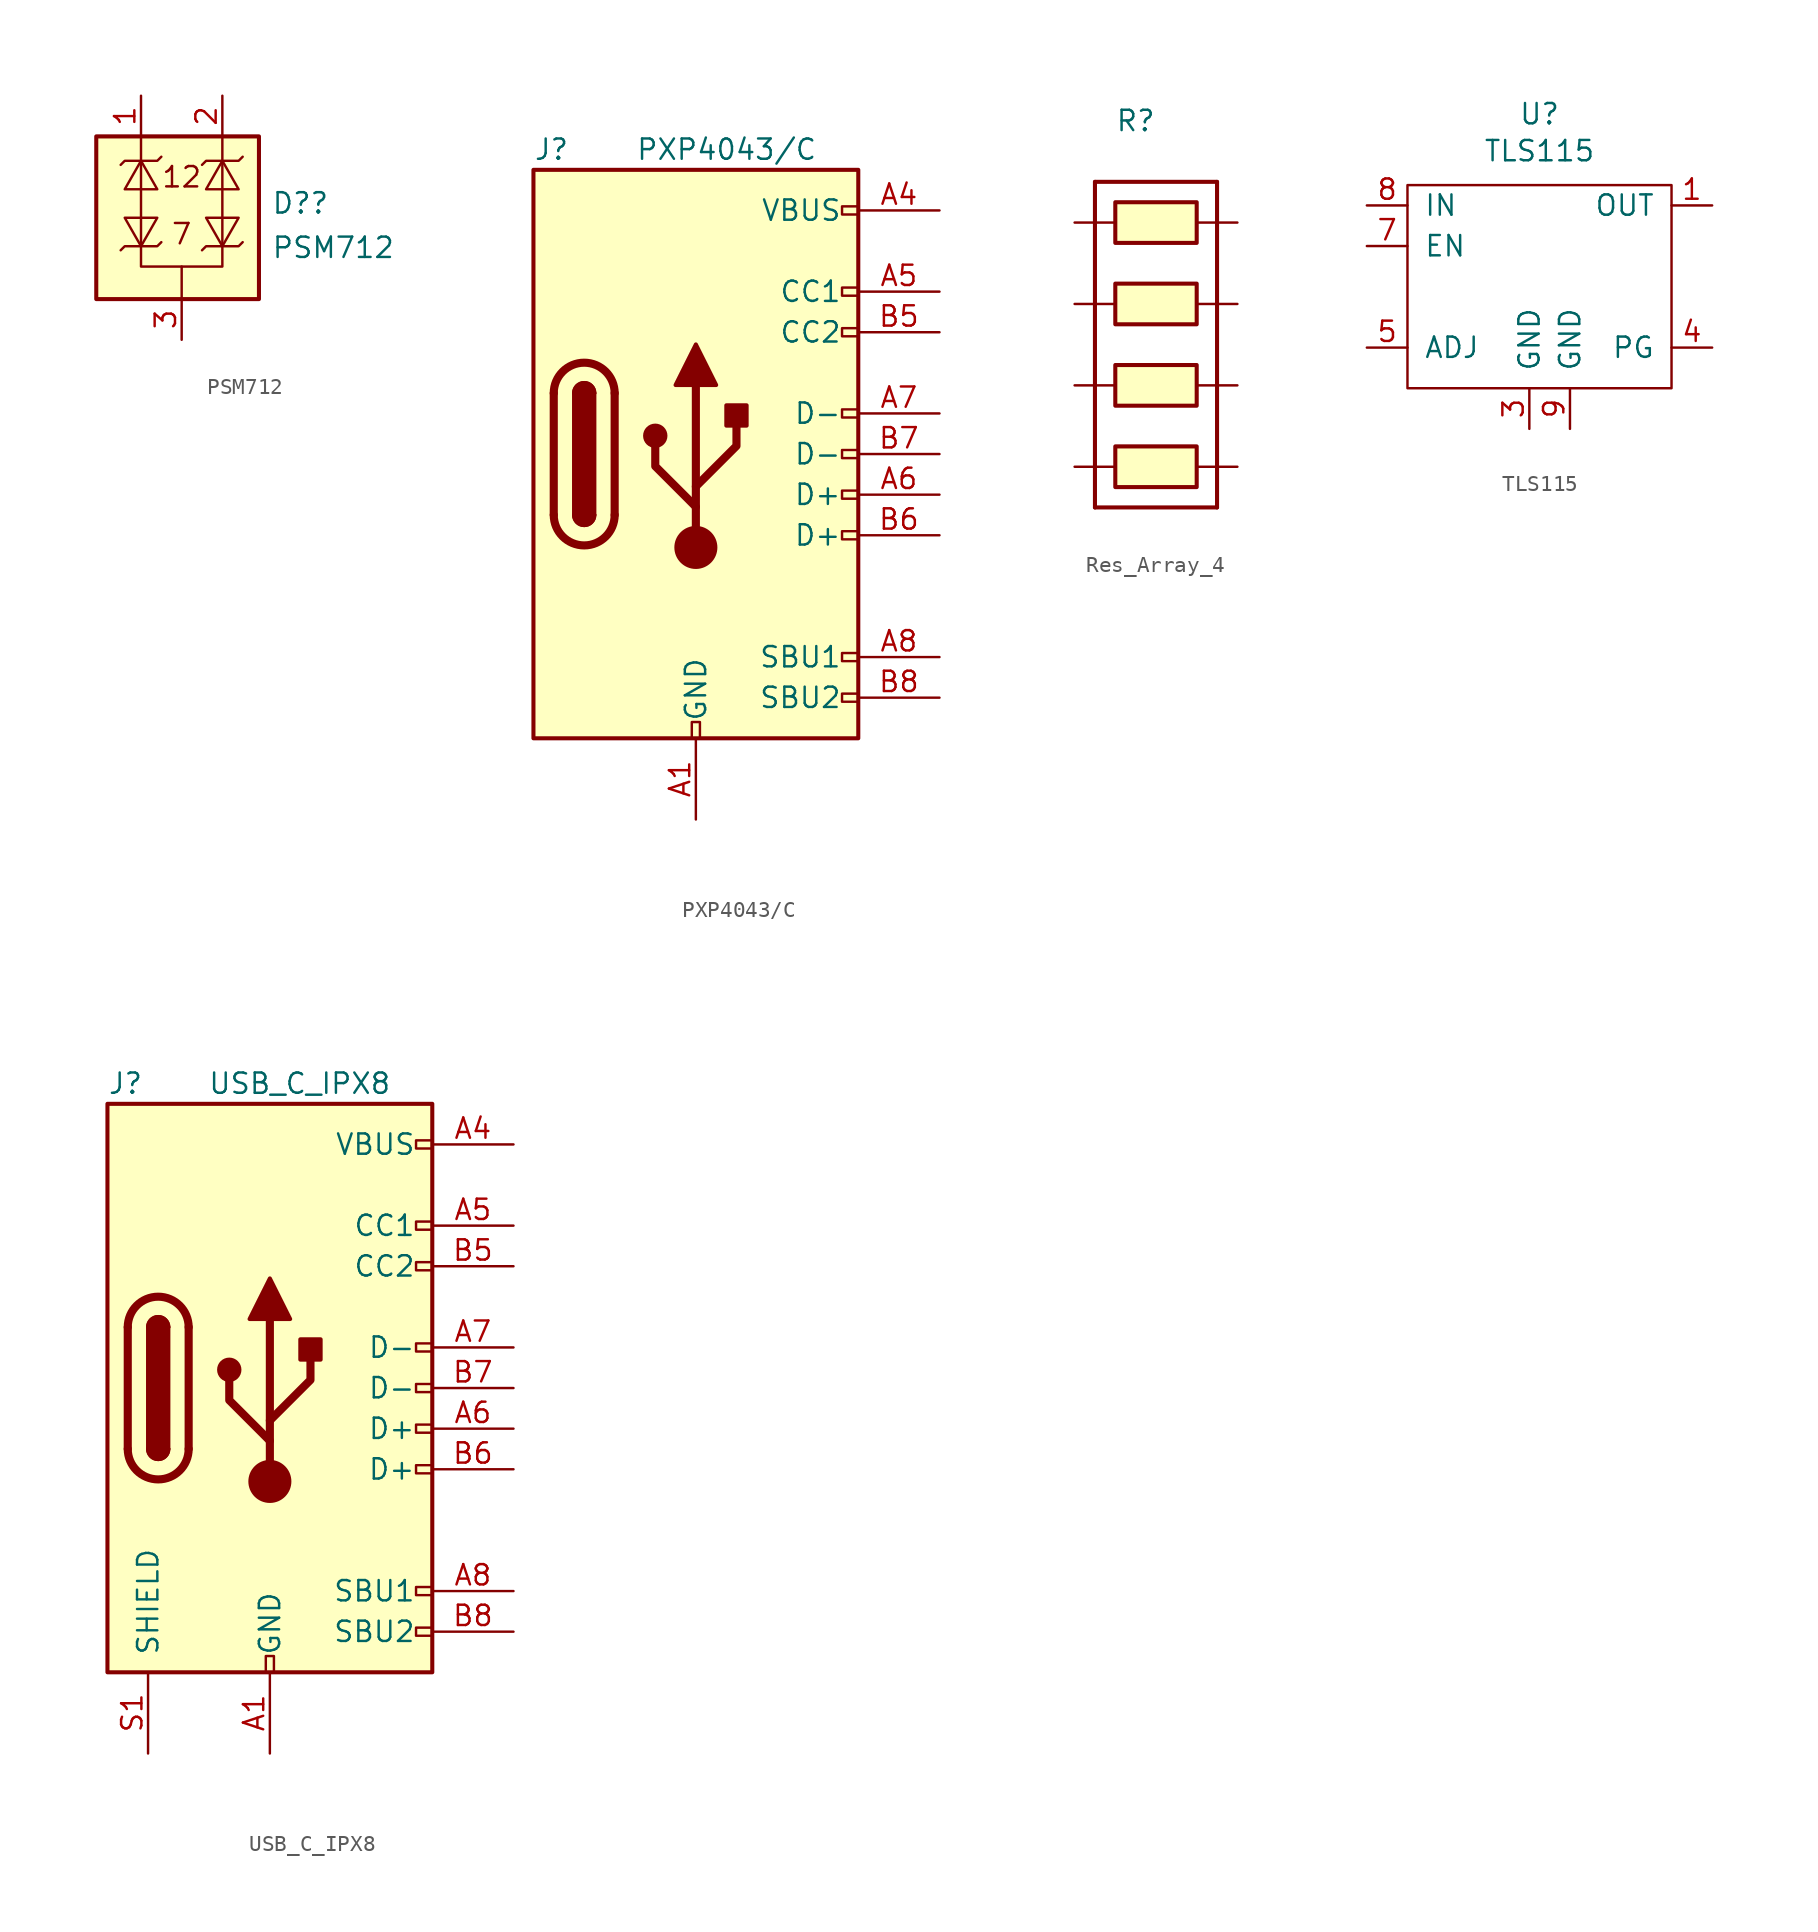
<source format=kicad_sym>
(kicad_symbol_lib
  (version 20231120)
  (generator "kicad_symbol_editor")
  (generator_version "8.0")
  (symbol "PSM712"
    (property "Reference" "D?"
      (at 3.302 0.908 0)
      (effects (font (size 1.27 1.27)) (justify left)))
    (property "Value" "PSM712"
      (at 3.302 -1.867 0)
      (effects (font (size 1.27 1.27)) (justify left)))
    (symbol "PSM712_0_0"
      (text "12" (at -2.286 2.54 0) (effects (font (size 1.27 1.27))))
      (text "7" (at -2.286 -1.016 0) (effects (font (size 1.27 1.27)))))
    (symbol "PSM712_0_1"
      (rectangle (start -7.62 5.08) (end 2.54 -5.08) (stroke (width 0.254) (type default)) (fill (type background)))
      (polyline (pts (xy -4.826 5.08) (xy -4.826 -3.048) (xy -2.286 -3.048)) (stroke (width 0.152) (type default)) (fill (type none)))
      (polyline (pts (xy -6.096 3.302) (xy -5.842 3.556) (xy -3.81 3.556) (xy -3.556 3.81)) (stroke (width 0.152) (type default)) (fill (type none)))
      (polyline (pts (xy -4.826 -1.778) (xy -3.81 0) (xy -5.842 0) (xy -4.826 -1.778)) (stroke (width 0.152) (type default)) (fill (type none)))
      (polyline (pts (xy -4.826 3.556) (xy -5.842 1.778) (xy -3.81 1.778) (xy -4.826 3.556)) (stroke (width 0.152) (type default)) (fill (type none)))
      (polyline (pts (xy -3.556 -1.524) (xy -3.81 -1.778) (xy -5.842 -1.778) (xy -6.096 -2.032)) (stroke (width 0.152) (type default)) (fill (type none)))
      (polyline (pts (xy -1.016 3.302) (xy -0.762 3.556) (xy 1.27 3.556) (xy 1.524 3.81)) (stroke (width 0.152) (type default)) (fill (type none)))
      (polyline (pts (xy 0.254 -1.778) (xy 1.27 0) (xy -0.762 0) (xy 0.254 -1.778)) (stroke (width 0.152) (type default)) (fill (type none)))
      (polyline (pts (xy 0.254 3.556) (xy -0.762 1.778) (xy 1.27 1.778) (xy 0.254 3.556)) (stroke (width 0.152) (type default)) (fill (type none)))
      (polyline (pts (xy 0.254 5.08) (xy 0.254 -3.048) (xy -2.286 -3.048) (xy -2.286 -5.08)) (stroke (width 0.152) (type default)) (fill (type none)))
      (polyline (pts (xy 1.524 -1.524) (xy 1.27 -1.778) (xy -0.762 -1.778) (xy -1.016 -2.032)) (stroke (width 0.152) (type default)) (fill (type none))))
    (symbol "PSM712_1_1"
      (pin passive line (at -4.826 7.62 270) (length 2.54) (name "" (effects (font (size 1.27 1.27)))) (number "1" (effects (font (size 1.27 1.27)))))
      (pin passive line (at 0.254 7.62 270) (length 2.54) (name "" (effects (font (size 1.27 1.27)))) (number "2" (effects (font (size 1.27 1.27)))))
      (pin passive line (at -2.286 -7.62 90) (length 2.54) (name "" (effects (font (size 1.27 1.27)))) (number "3" (effects (font (size 1.27 1.27)))))))
  (symbol "PXP4043/C"
    (pin_names
      (offset 1.016))
    (property "Reference" "J"
      (at -10.16 19.05 0)
      (effects (font (size 1.27 1.27)) (justify left)))
    (property "Value" "PXP4043/C"
      (at 7.62 19.05 0)
      (effects (font (size 1.27 1.27)) (justify right)))
    (symbol "PXP4043/C_0_0"
      (rectangle (start -0.254 -17.78) (end 0.254 -16.764) (stroke (width 0) (type default)) (fill (type none)))
      (rectangle (start 10.16 -14.986) (end 9.144 -15.494) (stroke (width 0) (type default)) (fill (type none)))
      (rectangle (start 10.16 -12.446) (end 9.144 -12.954) (stroke (width 0) (type default)) (fill (type none)))
      (rectangle (start 10.16 -4.826) (end 9.144 -5.334) (stroke (width 0) (type default)) (fill (type none)))
      (rectangle (start 10.16 -2.286) (end 9.144 -2.794) (stroke (width 0) (type default)) (fill (type none)))
      (rectangle (start 10.16 0.254) (end 9.144 -0.254) (stroke (width 0) (type default)) (fill (type none)))
      (rectangle (start 10.16 2.794) (end 9.144 2.286) (stroke (width 0) (type default)) (fill (type none)))
      (rectangle (start 10.16 7.874) (end 9.144 7.366) (stroke (width 0) (type default)) (fill (type none)))
      (rectangle (start 10.16 10.414) (end 9.144 9.906) (stroke (width 0) (type default)) (fill (type none)))
      (rectangle (start 10.16 15.494) (end 9.144 14.986) (stroke (width 0) (type default)) (fill (type none))))
    (symbol "PXP4043/C_0_1"
      (rectangle (start -10.16 17.78) (end 10.16 -17.78) (stroke (width 0.254) (type default)) (fill (type background)))
      (arc (start -8.89 -3.81) (mid -6.985 -5.7067) (end -5.08 -3.81) (stroke (width 0.508) (type default)) (fill (type none)))
      (arc (start -7.62 -3.81) (mid -6.985 -4.4423) (end -6.35 -3.81) (stroke (width 0.254) (type default)) (fill (type none)))
      (arc (start -7.62 -3.81) (mid -6.985 -4.4423) (end -6.35 -3.81) (stroke (width 0.254) (type default)) (fill (type outline)))
      (rectangle (start -7.62 -3.81) (end -6.35 3.81) (stroke (width 0.254) (type default)) (fill (type outline)))
      (arc (start -6.35 3.81) (mid -6.985 4.4423) (end -7.62 3.81) (stroke (width 0.254) (type default)) (fill (type none)))
      (arc (start -6.35 3.81) (mid -6.985 4.4423) (end -7.62 3.81) (stroke (width 0.254) (type default)) (fill (type outline)))
      (arc (start -5.08 3.81) (mid -6.985 5.7067) (end -8.89 3.81) (stroke (width 0.508) (type default)) (fill (type none)))
      (circle (center -2.54 1.143) (radius 0.635) (stroke (width 0.254) (type default)) (fill (type outline)))
      (circle (center 0 -5.842) (radius 1.27) (stroke (width 0) (type default)) (fill (type outline)))
      (polyline (pts (xy -8.89 -3.81) (xy -8.89 3.81)) (stroke (width 0.508) (type default)) (fill (type none)))
      (polyline (pts (xy -5.08 3.81) (xy -5.08 -3.81)) (stroke (width 0.508) (type default)) (fill (type none)))
      (polyline (pts (xy 0 -5.842) (xy 0 4.318)) (stroke (width 0.508) (type default)) (fill (type none)))
      (polyline (pts (xy 0 -3.302) (xy -2.54 -0.762) (xy -2.54 0.508)) (stroke (width 0.508) (type default)) (fill (type none)))
      (polyline (pts (xy 0 -2.032) (xy 2.54 0.508) (xy 2.54 1.778)) (stroke (width 0.508) (type default)) (fill (type none)))
      (polyline (pts (xy -1.27 4.318) (xy 0 6.858) (xy 1.27 4.318) (xy -1.27 4.318)) (stroke (width 0.254) (type default)) (fill (type outline)))
      (rectangle (start 1.905 1.778) (end 3.175 3.048) (stroke (width 0.254) (type default)) (fill (type outline))))
    (symbol "PXP4043/C_1_1"
      (pin passive line (at 0 -22.86 90) (length 5.08) (name "GND" (effects (font (size 1.27 1.27)))) (number "A1" (effects (font (size 1.27 1.27)))))
      (pin passive line (at 0 -22.86 90) (length 5.08) hide (name "GND" (effects (font (size 1.27 1.27)))) (number "A12" (effects (font (size 1.27 1.27)))))
      (pin passive line (at 15.24 15.24 180) (length 5.08) (name "VBUS" (effects (font (size 1.27 1.27)))) (number "A4" (effects (font (size 1.27 1.27)))))
      (pin bidirectional line (at 15.24 10.16 180) (length 5.08) (name "CC1" (effects (font (size 1.27 1.27)))) (number "A5" (effects (font (size 1.27 1.27)))))
      (pin bidirectional line (at 15.24 -2.54 180) (length 5.08) (name "D+" (effects (font (size 1.27 1.27)))) (number "A6" (effects (font (size 1.27 1.27)))))
      (pin bidirectional line (at 15.24 2.54 180) (length 5.08) (name "D-" (effects (font (size 1.27 1.27)))) (number "A7" (effects (font (size 1.27 1.27)))))
      (pin bidirectional line (at 15.24 -12.7 180) (length 5.08) (name "SBU1" (effects (font (size 1.27 1.27)))) (number "A8" (effects (font (size 1.27 1.27)))))
      (pin passive line (at 15.24 15.24 180) (length 5.08) hide (name "VBUS" (effects (font (size 1.27 1.27)))) (number "A9" (effects (font (size 1.27 1.27)))))
      (pin passive line (at 0 -22.86 90) (length 5.08) hide (name "GND" (effects (font (size 1.27 1.27)))) (number "B1" (effects (font (size 1.27 1.27)))))
      (pin passive line (at 0 -22.86 90) (length 5.08) hide (name "GND" (effects (font (size 1.27 1.27)))) (number "B12" (effects (font (size 1.27 1.27)))))
      (pin passive line (at 15.24 15.24 180) (length 5.08) hide (name "VBUS" (effects (font (size 1.27 1.27)))) (number "B4" (effects (font (size 1.27 1.27)))))
      (pin bidirectional line (at 15.24 7.62 180) (length 5.08) (name "CC2" (effects (font (size 1.27 1.27)))) (number "B5" (effects (font (size 1.27 1.27)))))
      (pin bidirectional line (at 15.24 -5.08 180) (length 5.08) (name "D+" (effects (font (size 1.27 1.27)))) (number "B6" (effects (font (size 1.27 1.27)))))
      (pin bidirectional line (at 15.24 0 180) (length 5.08) (name "D-" (effects (font (size 1.27 1.27)))) (number "B7" (effects (font (size 1.27 1.27)))))
      (pin bidirectional line (at 15.24 -15.24 180) (length 5.08) (name "SBU2" (effects (font (size 1.27 1.27)))) (number "B8" (effects (font (size 1.27 1.27)))))
      (pin passive line (at 15.24 15.24 180) (length 5.08) hide (name "VBUS" (effects (font (size 1.27 1.27)))) (number "B9" (effects (font (size 1.27 1.27)))))))
  (symbol "Res_Array_4"
    (pin_numbers hide)
    (property "Reference" "R"
      (at -6.35 6.35 0)
      (effects (font (size 1.27 1.27))))
    (symbol "Res_Array_4_1_0"
      (rectangle (start -2.54 -13.97) (end -7.62 -16.51) (stroke (width 0.254) (type default)) (fill (type background)))
      (rectangle (start -2.54 -8.89) (end -7.62 -11.43) (stroke (width 0.254) (type default)) (fill (type background)))
      (rectangle (start -2.54 -3.81) (end -7.62 -6.35) (stroke (width 0.254) (type default)) (fill (type background)))
      (rectangle (start -2.54 1.27) (end -7.62 -1.27) (stroke (width 0.254) (type default)) (fill (type background)))
      (polyline (pts (xy -8.89 -17.78) (xy -1.27 -17.78)) (stroke (width 0.254) (type default)) (fill (type none)))
      (polyline (pts (xy -8.89 2.54) (xy -8.89 -17.78)) (stroke (width 0.254) (type default)) (fill (type none)))
      (polyline (pts (xy -8.89 2.54) (xy -1.27 2.54)) (stroke (width 0.254) (type default)) (fill (type none)))
      (polyline (pts (xy -1.27 2.54) (xy -1.27 -17.78)) (stroke (width 0.254) (type default)) (fill (type none)))
      (pin passive line (at -10.16 0 0) (length 2.54) (name "" (effects (font (size 1.27 1.27)))) (number "1" (effects (font (size 1.27 1.27)))))
      (pin passive line (at -10.16 -5.08 0) (length 2.54) (name "" (effects (font (size 1.27 1.27)))) (number "2" (effects (font (size 1.27 1.27)))))
      (pin passive line (at -10.16 -10.16 0) (length 2.54) (name "" (effects (font (size 1.27 1.27)))) (number "3" (effects (font (size 1.27 1.27)))))
      (pin passive line (at -10.16 -15.24 0) (length 2.54) (name "" (effects (font (size 1.27 1.27)))) (number "4" (effects (font (size 1.27 1.27)))))
      (pin passive line (at 0 -15.24 180) (length 2.54) (name "" (effects (font (size 1.27 1.27)))) (number "5" (effects (font (size 1.27 1.27)))))
      (pin passive line (at 0 -10.16 180) (length 2.54) (name "" (effects (font (size 1.27 1.27)))) (number "6" (effects (font (size 1.27 1.27)))))
      (pin passive line (at 0 -5.08 180) (length 2.54) (name "" (effects (font (size 1.27 1.27)))) (number "7" (effects (font (size 1.27 1.27)))))
      (pin passive line (at 0 0 180) (length 2.54) (name "" (effects (font (size 1.27 1.27)))) (number "8" (effects (font (size 1.27 1.27)))))))
  (symbol "TLS115"
    (pin_names
      (offset 1.016))
    (property "Reference" "U"
      (at 0.635 8.255 0)
      (effects (font (size 1.27 1.27))))
    (property "Value" "TLS115"
      (at 0.635 5.944 0)
      (effects (font (size 1.27 1.27))))
    (symbol "TLS115_0_1"
      (rectangle (start -7.62 3.81) (end 8.89 -8.89) (stroke (width 0) (type default)) (fill (type none))))
    (symbol "TLS115_1_1"
      (pin output line (at 11.43 2.54 180) (length 2.54) (name "OUT" (effects (font (size 1.27 1.27)))) (number "1" (effects (font (size 1.27 1.27)))))
      (pin no_connect line (at 0 0 0) (length 2.54) hide (name "~" (effects (font (size 1.27 1.27)))) (number "2" (effects (font (size 1.27 1.27)))))
      (pin power_in line (at 0 -11.43 90) (length 2.54) (name "GND" (effects (font (size 1.27 1.27)))) (number "3" (effects (font (size 1.27 1.27)))))
      (pin open_collector line (at 11.43 -6.35 180) (length 2.54) (name "PG" (effects (font (size 1.27 1.27)))) (number "4" (effects (font (size 1.27 1.27)))))
      (pin input line (at -10.16 -6.35 0) (length 2.54) (name "ADJ" (effects (font (size 1.27 1.27)))) (number "5" (effects (font (size 1.27 1.27)))))
      (pin no_connect line (at 0 -2.54 0) (length 2.54) hide (name "~" (effects (font (size 1.27 1.27)))) (number "6" (effects (font (size 1.27 1.27)))))
      (pin input line (at -10.16 0 0) (length 2.54) (name "EN" (effects (font (size 1.27 1.27)))) (number "7" (effects (font (size 1.27 1.27)))))
      (pin power_in line (at -10.16 2.54 0) (length 2.54) (name "IN" (effects (font (size 1.27 1.27)))) (number "8" (effects (font (size 1.27 1.27)))))
      (pin power_in line (at 2.54 -11.43 90) (length 2.54) (name "GND" (effects (font (size 1.27 1.27)))) (number "9" (effects (font (size 1.27 1.27)))))))
  (symbol "USB_C_IPX8"
    (pin_names
      (offset 1.016))
    (property "Reference" "J"
      (at -10.16 19.05 0)
      (effects (font (size 1.27 1.27)) (justify left)))
    (property "Value" "USB_C_IPX8"
      (at 7.62 19.05 0)
      (effects (font (size 1.27 1.27)) (justify right)))
    (symbol "USB_C_IPX8_0_0"
      (rectangle (start -0.254 -17.78) (end 0.254 -16.764) (stroke (width 0) (type default)) (fill (type none)))
      (rectangle (start 10.16 -14.986) (end 9.144 -15.494) (stroke (width 0) (type default)) (fill (type none)))
      (rectangle (start 10.16 -12.446) (end 9.144 -12.954) (stroke (width 0) (type default)) (fill (type none)))
      (rectangle (start 10.16 -4.826) (end 9.144 -5.334) (stroke (width 0) (type default)) (fill (type none)))
      (rectangle (start 10.16 -2.286) (end 9.144 -2.794) (stroke (width 0) (type default)) (fill (type none)))
      (rectangle (start 10.16 0.254) (end 9.144 -0.254) (stroke (width 0) (type default)) (fill (type none)))
      (rectangle (start 10.16 2.794) (end 9.144 2.286) (stroke (width 0) (type default)) (fill (type none)))
      (rectangle (start 10.16 7.874) (end 9.144 7.366) (stroke (width 0) (type default)) (fill (type none)))
      (rectangle (start 10.16 10.414) (end 9.144 9.906) (stroke (width 0) (type default)) (fill (type none)))
      (rectangle (start 10.16 15.494) (end 9.144 14.986) (stroke (width 0) (type default)) (fill (type none))))
    (symbol "USB_C_IPX8_0_1"
      (rectangle (start -10.16 17.78) (end 10.16 -17.78) (stroke (width 0.254) (type default)) (fill (type background)))
      (arc (start -8.89 -3.81) (mid -6.985 -5.7067) (end -5.08 -3.81) (stroke (width 0.508) (type default)) (fill (type none)))
      (arc (start -7.62 -3.81) (mid -6.985 -4.4423) (end -6.35 -3.81) (stroke (width 0.254) (type default)) (fill (type none)))
      (arc (start -7.62 -3.81) (mid -6.985 -4.4423) (end -6.35 -3.81) (stroke (width 0.254) (type default)) (fill (type outline)))
      (rectangle (start -7.62 -3.81) (end -6.35 3.81) (stroke (width 0.254) (type default)) (fill (type outline)))
      (arc (start -6.35 3.81) (mid -6.985 4.4423) (end -7.62 3.81) (stroke (width 0.254) (type default)) (fill (type none)))
      (arc (start -6.35 3.81) (mid -6.985 4.4423) (end -7.62 3.81) (stroke (width 0.254) (type default)) (fill (type outline)))
      (arc (start -5.08 3.81) (mid -6.985 5.7067) (end -8.89 3.81) (stroke (width 0.508) (type default)) (fill (type none)))
      (circle (center -2.54 1.143) (radius 0.635) (stroke (width 0.254) (type default)) (fill (type outline)))
      (circle (center 0 -5.842) (radius 1.27) (stroke (width 0) (type default)) (fill (type outline)))
      (polyline (pts (xy -8.89 -3.81) (xy -8.89 3.81)) (stroke (width 0.508) (type default)) (fill (type none)))
      (polyline (pts (xy -5.08 3.81) (xy -5.08 -3.81)) (stroke (width 0.508) (type default)) (fill (type none)))
      (polyline (pts (xy 0 -5.842) (xy 0 4.318)) (stroke (width 0.508) (type default)) (fill (type none)))
      (polyline (pts (xy 0 -3.302) (xy -2.54 -0.762) (xy -2.54 0.508)) (stroke (width 0.508) (type default)) (fill (type none)))
      (polyline (pts (xy 0 -2.032) (xy 2.54 0.508) (xy 2.54 1.778)) (stroke (width 0.508) (type default)) (fill (type none)))
      (polyline (pts (xy -1.27 4.318) (xy 0 6.858) (xy 1.27 4.318) (xy -1.27 4.318)) (stroke (width 0.254) (type default)) (fill (type outline)))
      (rectangle (start 1.905 1.778) (end 3.175 3.048) (stroke (width 0.254) (type default)) (fill (type outline))))
    (symbol "USB_C_IPX8_1_1"
      (pin passive line (at 0 -22.86 90) (length 5.08) (name "GND" (effects (font (size 1.27 1.27)))) (number "A1" (effects (font (size 1.27 1.27)))))
      (pin passive line (at 0 -22.86 90) (length 5.08) hide (name "GND" (effects (font (size 1.27 1.27)))) (number "A12" (effects (font (size 1.27 1.27)))))
      (pin passive line (at 15.24 15.24 180) (length 5.08) (name "VBUS" (effects (font (size 1.27 1.27)))) (number "A4" (effects (font (size 1.27 1.27)))))
      (pin bidirectional line (at 15.24 10.16 180) (length 5.08) (name "CC1" (effects (font (size 1.27 1.27)))) (number "A5" (effects (font (size 1.27 1.27)))))
      (pin bidirectional line (at 15.24 -2.54 180) (length 5.08) (name "D+" (effects (font (size 1.27 1.27)))) (number "A6" (effects (font (size 1.27 1.27)))))
      (pin bidirectional line (at 15.24 2.54 180) (length 5.08) (name "D-" (effects (font (size 1.27 1.27)))) (number "A7" (effects (font (size 1.27 1.27)))))
      (pin bidirectional line (at 15.24 -12.7 180) (length 5.08) (name "SBU1" (effects (font (size 1.27 1.27)))) (number "A8" (effects (font (size 1.27 1.27)))))
      (pin passive line (at 15.24 15.24 180) (length 5.08) hide (name "VBUS" (effects (font (size 1.27 1.27)))) (number "A9" (effects (font (size 1.27 1.27)))))
      (pin passive line (at 0 -22.86 90) (length 5.08) hide (name "GND" (effects (font (size 1.27 1.27)))) (number "B1" (effects (font (size 1.27 1.27)))))
      (pin passive line (at 0 -22.86 90) (length 5.08) hide (name "GND" (effects (font (size 1.27 1.27)))) (number "B12" (effects (font (size 1.27 1.27)))))
      (pin passive line (at 15.24 15.24 180) (length 5.08) hide (name "VBUS" (effects (font (size 1.27 1.27)))) (number "B4" (effects (font (size 1.27 1.27)))))
      (pin bidirectional line (at 15.24 7.62 180) (length 5.08) (name "CC2" (effects (font (size 1.27 1.27)))) (number "B5" (effects (font (size 1.27 1.27)))))
      (pin bidirectional line (at 15.24 -5.08 180) (length 5.08) (name "D+" (effects (font (size 1.27 1.27)))) (number "B6" (effects (font (size 1.27 1.27)))))
      (pin bidirectional line (at 15.24 0 180) (length 5.08) (name "D-" (effects (font (size 1.27 1.27)))) (number "B7" (effects (font (size 1.27 1.27)))))
      (pin bidirectional line (at 15.24 -15.24 180) (length 5.08) (name "SBU2" (effects (font (size 1.27 1.27)))) (number "B8" (effects (font (size 1.27 1.27)))))
      (pin passive line (at 15.24 15.24 180) (length 5.08) hide (name "VBUS" (effects (font (size 1.27 1.27)))) (number "B9" (effects (font (size 1.27 1.27)))))
      (pin passive line (at 0 -22.86 90) (length 5.08) hide (name "GND" (effects (font (size 1.27 1.27)))) (number "G1" (effects (font (size 1.27 1.27)))))
      (pin passive line (at 0 -22.86 90) (length 5.08) hide (name "GND" (effects (font (size 1.27 1.27)))) (number "G2" (effects (font (size 1.27 1.27)))))
      (pin passive line (at -7.62 -22.86 90) (length 5.08) (name "SHIELD" (effects (font (size 1.27 1.27)))) (number "S1" (effects (font (size 1.27 1.27)))))
      (pin passive line (at -7.62 -22.86 90) (length 5.08) hide (name "SHIELD" (effects (font (size 1.27 1.27)))) (number "S2" (effects (font (size 1.27 1.27)))))
      (pin passive line (at -7.62 -22.86 90) (length 5.08) hide (name "SHIELD" (effects (font (size 1.27 1.27)))) (number "S3" (effects (font (size 1.27 1.27)))))
      (pin passive line (at -7.62 -22.86 90) (length 5.08) hide (name "SHIELD" (effects (font (size 1.27 1.27)))) (number "S4" (effects (font (size 1.27 1.27))))))))
</source>
